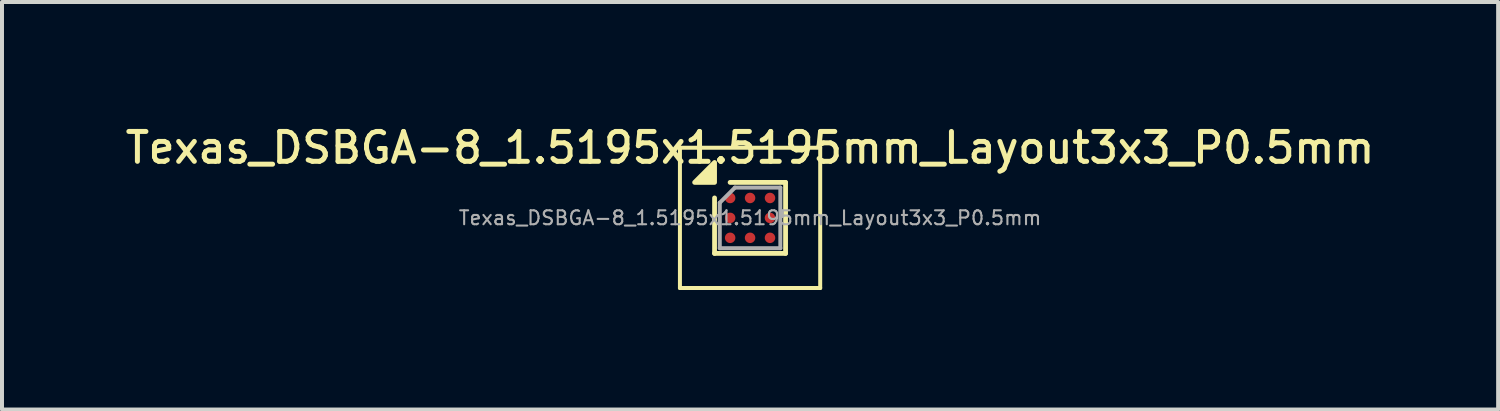
<source format=kicad_pcb>
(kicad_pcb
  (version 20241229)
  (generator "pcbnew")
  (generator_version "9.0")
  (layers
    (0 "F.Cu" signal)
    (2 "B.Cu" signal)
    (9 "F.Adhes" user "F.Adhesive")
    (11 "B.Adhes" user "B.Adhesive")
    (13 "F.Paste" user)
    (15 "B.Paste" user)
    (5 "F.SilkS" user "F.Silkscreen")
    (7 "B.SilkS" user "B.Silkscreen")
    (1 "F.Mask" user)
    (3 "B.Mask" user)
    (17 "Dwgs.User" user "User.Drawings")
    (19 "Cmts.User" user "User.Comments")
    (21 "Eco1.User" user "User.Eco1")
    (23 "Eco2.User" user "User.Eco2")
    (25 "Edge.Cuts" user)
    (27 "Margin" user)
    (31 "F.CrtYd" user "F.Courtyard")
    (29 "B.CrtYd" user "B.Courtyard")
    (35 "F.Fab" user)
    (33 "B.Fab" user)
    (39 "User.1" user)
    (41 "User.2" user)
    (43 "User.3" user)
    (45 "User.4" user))
  (footprint "Texas_DSBGA-8_1.5195x1.5195mm_Layout3x3_P0.5mm"
    (layer "F.Cu")
    (at 15.773 2.418)
    (property "Reference" "Texas_DSBGA-8_1.5195x1.5195mm_Layout3x3_P0.5mm" (at 0 -1.76 0) (layer "F.SilkS") (effects (font (size 0.75 0.75) (thickness 0.125))))
    (attr smd)
    (fp_line (start -1.76 -1.76) (end -1.76 1.76) (stroke (width 0.1) (type solid)) (layer "F.SilkS"))
    (fp_line (start -1.76 1.76) (end 1.76 1.76) (stroke (width 0.1) (type solid)) (layer "F.SilkS"))
    (fp_line (start -0.891 0.891) (end -0.891 -0.501) (stroke (width 0.12) (type solid)) (layer "F.SilkS"))
    (fp_line (start -0.501 -0.891) (end 0.891 -0.891) (stroke (width 0.12) (type solid)) (layer "F.SilkS"))
    (fp_line (start 0.891 -0.891) (end 0.891 0.891) (stroke (width 0.12) (type solid)) (layer "F.SilkS"))
    (fp_line (start 0.891 0.891) (end -0.891 0.891) (stroke (width 0.12) (type solid)) (layer "F.SilkS"))
    (fp_line (start 1.76 -1.76) (end -1.76 -1.76) (stroke (width 0.1) (type solid)) (layer "F.SilkS"))
    (fp_line (start 1.76 1.76) (end 1.76 -1.76) (stroke (width 0.1) (type solid)) (layer "F.SilkS"))
    (fp_poly (pts (xy -0.891 -0.891) (xy -1.391 -0.891) (xy -0.891 -1.391) (xy -0.891 -0.891)) (stroke (width 0.12) (type solid)) (fill yes) (layer "F.SilkS"))
    (fp_line (start -0.76 -0.38) (end -0.38 -0.76) (stroke (width 0.1) (type solid)) (layer "F.Fab"))
    (fp_line (start -0.76 0.76) (end -0.76 -0.38) (stroke (width 0.1) (type solid)) (layer "F.Fab"))
    (fp_line (start -0.38 -0.76) (end 0.76 -0.76) (stroke (width 0.1) (type solid)) (layer "F.Fab"))
    (fp_line (start 0.76 -0.76) (end 0.76 0.76) (stroke (width 0.1) (type solid)) (layer "F.Fab"))
    (fp_line (start 0.76 0.76) (end -0.76 0.76) (stroke (width 0.1) (type solid)) (layer "F.Fab"))
    (fp_text user "${REFERENCE}" (at 0 0 0) (layer "F.Fab") (effects (font (size 0.35 0.35) (thickness 0.052))))
    (pad "A1" smd circle (at -0.5 -0.5) (size 0.263 0.263) (property pad_prop_bga) (layers "F.Cu" "F.Mask" "F.Paste"))
    (pad "A2" smd circle (at 0 -0.5) (size 0.263 0.263) (property pad_prop_bga) (layers "F.Cu" "F.Mask" "F.Paste"))
    (pad "A3" smd circle (at 0.5 -0.5) (size 0.263 0.263) (property pad_prop_bga) (layers "F.Cu" "F.Mask" "F.Paste"))
    (pad "B1" smd circle (at -0.5 0) (size 0.263 0.263) (property pad_prop_bga) (layers "F.Cu" "F.Mask" "F.Paste"))
    (pad "B3" smd circle (at 0.5 0) (size 0.263 0.263) (property pad_prop_bga) (layers "F.Cu" "F.Mask" "F.Paste"))
    (pad "C1" smd circle (at -0.5 0.5) (size 0.263 0.263) (property pad_prop_bga) (layers "F.Cu" "F.Mask" "F.Paste"))
    (pad "C2" smd circle (at 0 0.5) (size 0.263 0.263) (property pad_prop_bga) (layers "F.Cu" "F.Mask" "F.Paste"))
    (pad "C3" smd circle (at 0.5 0.5) (size 0.263 0.263) (property pad_prop_bga) (layers "F.Cu" "F.Mask" "F.Paste")))
  (gr_rect
    (start -3 -3)
    (end 34.546 7.228)
    (stroke (width 0.1) (type default))
    (fill no)
    (layer "Edge.Cuts")))
</source>
